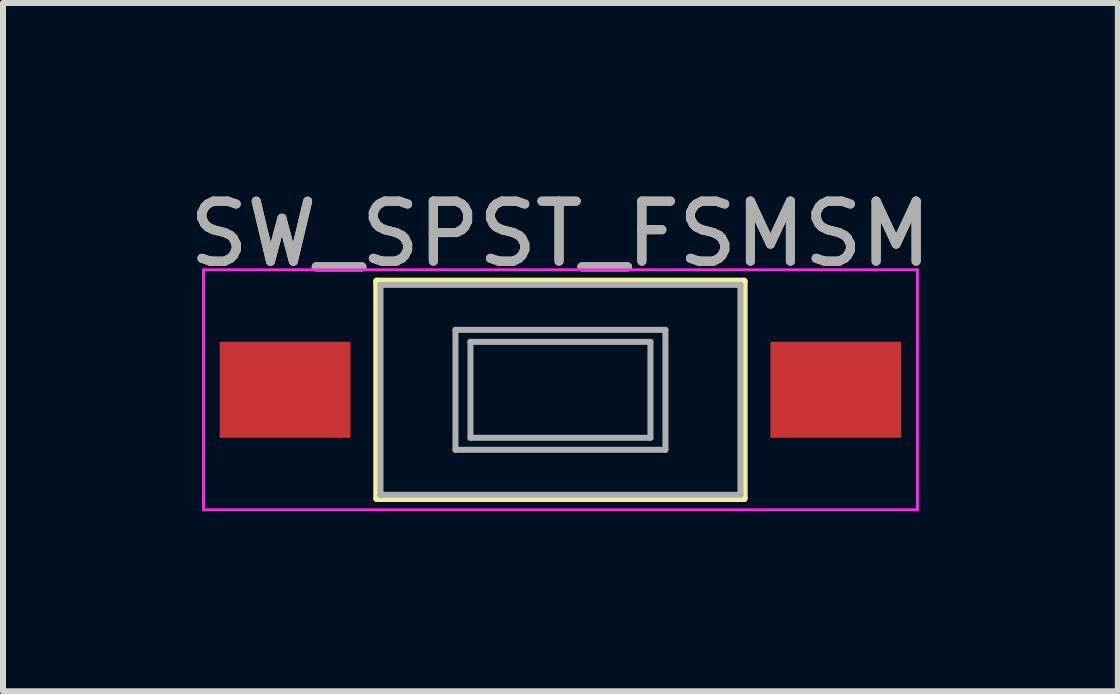
<source format=kicad_pcb>
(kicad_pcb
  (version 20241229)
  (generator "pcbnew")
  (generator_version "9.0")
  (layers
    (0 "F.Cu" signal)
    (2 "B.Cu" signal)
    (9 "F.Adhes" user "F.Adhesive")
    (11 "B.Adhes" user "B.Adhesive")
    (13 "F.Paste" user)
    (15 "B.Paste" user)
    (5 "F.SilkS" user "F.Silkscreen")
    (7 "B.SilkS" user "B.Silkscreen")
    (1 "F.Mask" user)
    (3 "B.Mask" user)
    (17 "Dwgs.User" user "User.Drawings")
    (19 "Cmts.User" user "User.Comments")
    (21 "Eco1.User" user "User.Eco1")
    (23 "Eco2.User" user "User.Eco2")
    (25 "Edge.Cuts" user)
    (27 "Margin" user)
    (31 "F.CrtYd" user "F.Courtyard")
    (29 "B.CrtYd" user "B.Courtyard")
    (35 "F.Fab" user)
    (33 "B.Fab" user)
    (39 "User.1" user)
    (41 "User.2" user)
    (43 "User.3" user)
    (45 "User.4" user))
  (footprint "SW_SPST_FSMSM"
    (layer "F.Cu")
    (at 6.292 3.448)
    (property "Reference" "SW_SPST_FSMSM" (at 0 -2.6 0) (layer "F.SilkS") (effects (font (size 1 1) (thickness 0.15))))
    (attr smd)
    (fp_line (start -3.06 -1.81) (end 3.06 -1.81) (stroke (width 0.12) (type solid)) (layer "F.SilkS"))
    (fp_line (start -3.06 1.81) (end -3.06 -1.81) (stroke (width 0.12) (type solid)) (layer "F.SilkS"))
    (fp_line (start 3.06 -1.81) (end 3.06 1.81) (stroke (width 0.12) (type solid)) (layer "F.SilkS"))
    (fp_line (start 3.06 1.81) (end -3.06 1.81) (stroke (width 0.12) (type solid)) (layer "F.SilkS"))
    (fp_line (start -5.95 -2) (end -5.95 2) (stroke (width 0.05) (type solid)) (layer "F.CrtYd"))
    (fp_line (start -5.95 -2) (end 5.95 -2) (stroke (width 0.05) (type solid)) (layer "F.CrtYd"))
    (fp_line (start -5.95 2) (end 5.95 2) (stroke (width 0.05) (type solid)) (layer "F.CrtYd"))
    (fp_line (start 5.95 -2) (end 5.95 2) (stroke (width 0.05) (type solid)) (layer "F.CrtYd"))
    (fp_line (start -3 -1.75) (end -3 1.75) (stroke (width 0.1) (type solid)) (layer "F.Fab"))
    (fp_line (start -3 -1.75) (end 3 -1.75) (stroke (width 0.1) (type solid)) (layer "F.Fab"))
    (fp_line (start -3 1.75) (end 3 1.75) (stroke (width 0.1) (type solid)) (layer "F.Fab"))
    (fp_line (start -1.75 -1) (end 1.75 -1) (stroke (width 0.1) (type solid)) (layer "F.Fab"))
    (fp_line (start -1.75 1) (end -1.75 -1) (stroke (width 0.1) (type solid)) (layer "F.Fab"))
    (fp_line (start -1.5 -0.8) (end -1.5 0.8) (stroke (width 0.1) (type solid)) (layer "F.Fab"))
    (fp_line (start -1.5 -0.8) (end 1.5 -0.8) (stroke (width 0.1) (type solid)) (layer "F.Fab"))
    (fp_line (start -1.5 0.8) (end 1.5 0.8) (stroke (width 0.1) (type solid)) (layer "F.Fab"))
    (fp_line (start 1.5 -0.8) (end 1.5 0.8) (stroke (width 0.1) (type solid)) (layer "F.Fab"))
    (fp_line (start 1.75 -1) (end 1.75 1) (stroke (width 0.1) (type solid)) (layer "F.Fab"))
    (fp_line (start 1.75 1) (end -1.75 1) (stroke (width 0.1) (type solid)) (layer "F.Fab"))
    (fp_line (start 3 -1.75) (end 3 1.75) (stroke (width 0.1) (type solid)) (layer "F.Fab"))
    (fp_text user "${REFERENCE}" (at 0 -2.6 0) (layer "F.Fab") (effects (font (size 1 1) (thickness 0.15))))
    (pad "1" smd rect (at -4.59 0) (size 2.18 1.6) (layers "F.Cu" "F.Mask" "F.Paste"))
    (pad "2" smd rect (at 4.59 0) (size 2.18 1.6) (layers "F.Cu" "F.Mask" "F.Paste")))
  (gr_rect
    (start -3 -3)
    (end 15.583 8.473)
    (stroke (width 0.1) (type default))
    (fill no)
    (layer "Edge.Cuts")))
</source>
